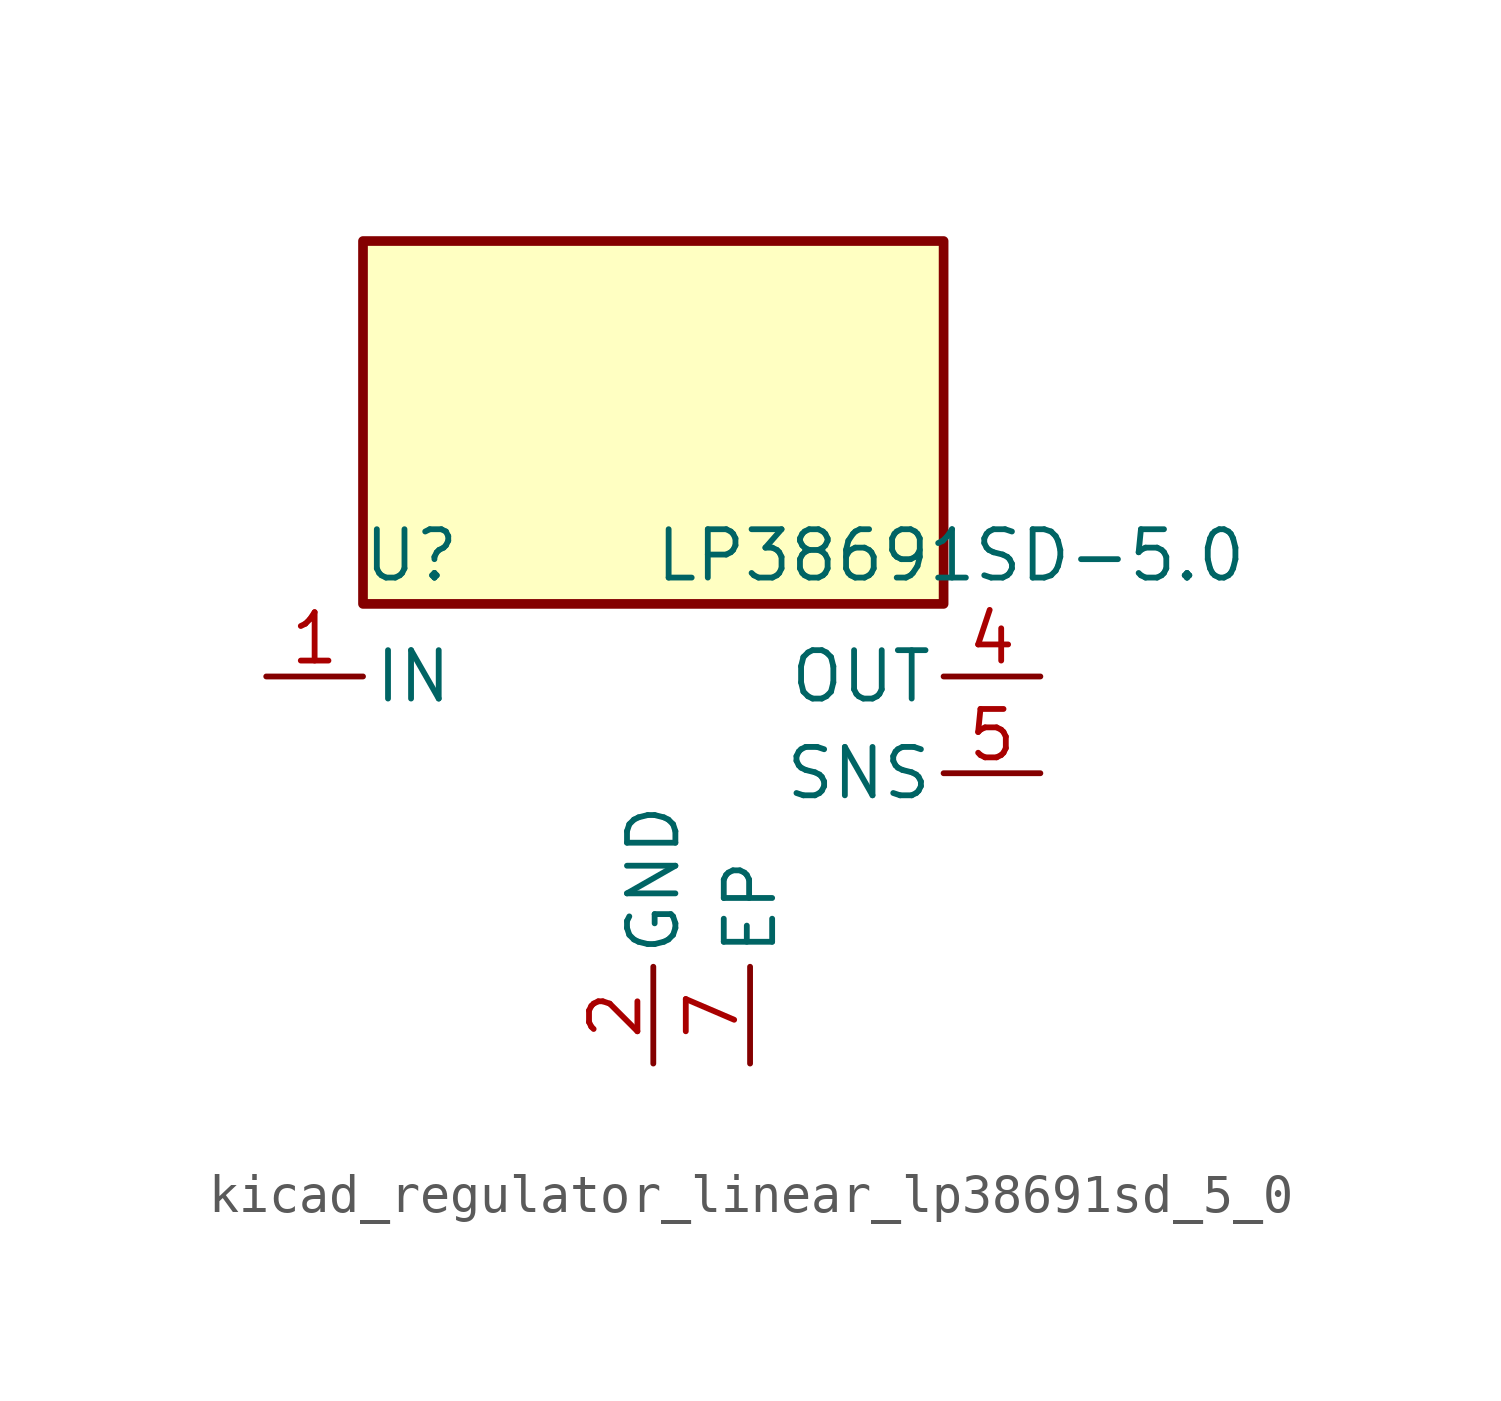
<source format=kicad_sym>
(kicad_symbol_lib
  (version 20220914)
  (generator kicad_symbol_editor)
  (symbol "kicad_regulator_linear_lp38691sd_5_0"
    (pin_names
      (offset 0.254))
    (property "Reference" "U"
      (at -6.35 5.715 0)
      (effects (font (size 1.27 1.27))))
    (property "Value" "LP38691SD-5.0"
      (at 0 5.715 0)
      (effects (font (size 1.27 1.27)) (justify left)))
    (symbol "kicad_regulator_linear_lp38691sd_5_0_0_1"
      (rectangle (start 7.62 13.97) (end -7.62 4.445) (stroke (width 0.254) (type default)) (fill (type background))))
    (symbol "kicad_regulator_linear_lp38691sd_5_0_1_1"
      (pin power_in line (at -10.16 2.54 0) (length 2.54) (name "IN" (effects (font (size 1.27 1.27)))) (number "1" (effects (font (size 1.27 1.27)))))
      (pin power_in line (at 0 -7.62 90) (length 2.54) (name "GND" (effects (font (size 1.27 1.27)))) (number "2" (effects (font (size 1.27 1.27)))))
      (pin no_connect line (at -7.62 0 0) (length 2.54) hide (name "NC" (effects (font (size 1.27 1.27)))) (number "3" (effects (font (size 1.27 1.27)))))
      (pin power_out line (at 10.16 2.54 180) (length 2.54) (name "OUT" (effects (font (size 1.27 1.27)))) (number "4" (effects (font (size 1.27 1.27)))))
      (pin input line (at 10.16 0 180) (length 2.54) (name "SNS" (effects (font (size 1.27 1.27)))) (number "5" (effects (font (size 1.27 1.27)))))
      (pin passive line (at -10.16 2.54 0) (length 2.54) hide (name "IN" (effects (font (size 1.27 1.27)))) (number "6" (effects (font (size 1.27 1.27)))))
      (pin passive line (at 2.54 -7.62 90) (length 2.54) (name "EP" (effects (font (size 1.27 1.27)))) (number "7" (effects (font (size 1.27 1.27))))))))
</source>
